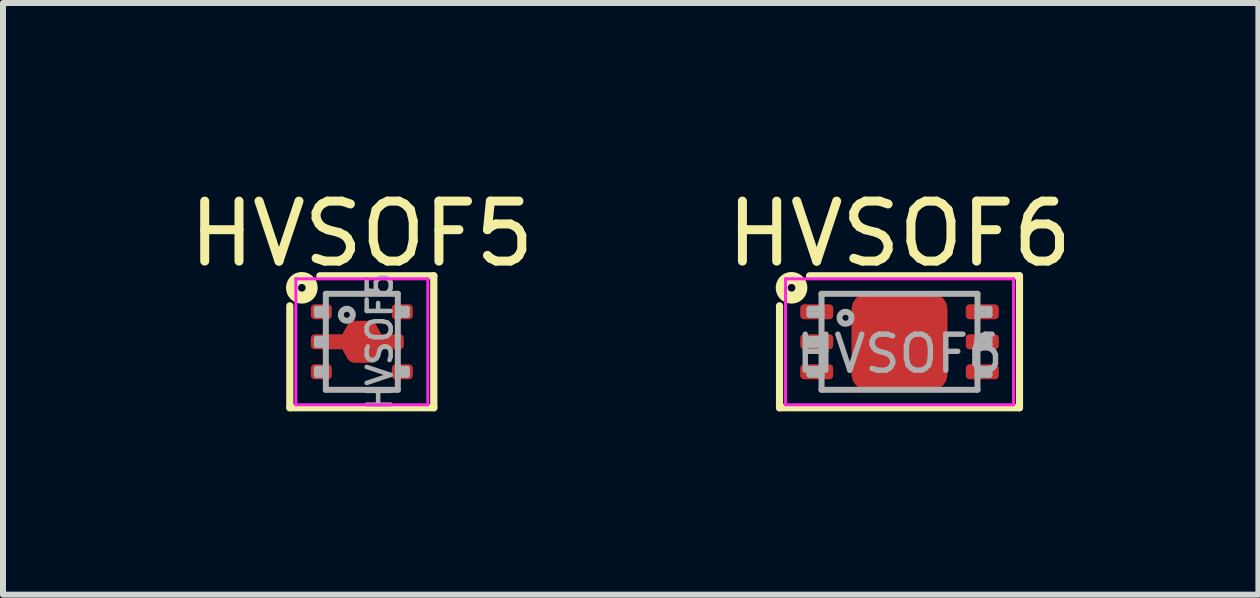
<source format=kicad_pcb>
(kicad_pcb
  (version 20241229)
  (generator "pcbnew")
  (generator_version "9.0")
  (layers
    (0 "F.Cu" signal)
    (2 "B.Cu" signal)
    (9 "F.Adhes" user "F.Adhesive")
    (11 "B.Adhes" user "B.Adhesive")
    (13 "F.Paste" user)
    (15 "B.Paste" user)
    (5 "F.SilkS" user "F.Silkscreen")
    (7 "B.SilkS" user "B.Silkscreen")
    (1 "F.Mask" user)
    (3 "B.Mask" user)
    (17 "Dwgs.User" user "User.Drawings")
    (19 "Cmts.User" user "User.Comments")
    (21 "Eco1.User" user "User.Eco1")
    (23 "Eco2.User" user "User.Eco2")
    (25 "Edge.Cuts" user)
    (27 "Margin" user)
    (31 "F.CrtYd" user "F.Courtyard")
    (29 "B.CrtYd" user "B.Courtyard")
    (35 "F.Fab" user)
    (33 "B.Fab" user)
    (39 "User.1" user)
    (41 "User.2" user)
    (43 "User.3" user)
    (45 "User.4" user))
  (footprint "HVSOF6"
    (layer "F.Cu")
    (at 11.946 2.648)
    (property "Reference" "HVSOF6" (at 0 -1.8 0) (layer "F.SilkS") (effects (font (size 1 1) (thickness 0.15))))
    (attr smd)
    (fp_line (start -2 -0.6) (end -2 1.1) (stroke (width 0.12) (type solid)) (layer "F.SilkS"))
    (fp_line (start -2 1.1) (end 2 1.1) (stroke (width 0.12) (type solid)) (layer "F.SilkS"))
    (fp_line (start 2 -1.1) (end -1.5 -1.1) (stroke (width 0.12) (type solid)) (layer "F.SilkS"))
    (fp_line (start 2 1.1) (end 2 -1.1) (stroke (width 0.12) (type solid)) (layer "F.SilkS"))
    (fp_circle (center -1.8 -0.9) (end -1.736 -0.9) (stroke (width 0.2) (type solid)) (fill no) (layer "F.SilkS"))
    (fp_line (start -1.9 -1.05) (end -1.9 1.05) (stroke (width 0.05) (type solid)) (layer "F.CrtYd"))
    (fp_line (start -1.9 -1.05) (end 1.9 -1.05) (stroke (width 0.05) (type solid)) (layer "F.CrtYd"))
    (fp_line (start 1.9 1.05) (end -1.9 1.05) (stroke (width 0.05) (type solid)) (layer "F.CrtYd"))
    (fp_line (start 1.9 1.05) (end 1.9 -1.05) (stroke (width 0.05) (type solid)) (layer "F.CrtYd"))
    (fp_line (start -1.5 -0.55) (end -1.5 -0.45) (stroke (width 0.1) (type solid)) (layer "F.Fab"))
    (fp_line (start -1.5 -0.55) (end -1.3 -0.55) (stroke (width 0.1) (type solid)) (layer "F.Fab"))
    (fp_line (start -1.5 -0.45) (end -1.3 -0.45) (stroke (width 0.1) (type solid)) (layer "F.Fab"))
    (fp_line (start -1.5 -0.05) (end -1.5 0.05) (stroke (width 0.1) (type solid)) (layer "F.Fab"))
    (fp_line (start -1.5 -0.05) (end -1.3 -0.05) (stroke (width 0.1) (type solid)) (layer "F.Fab"))
    (fp_line (start -1.5 0.05) (end -1.3 0.05) (stroke (width 0.1) (type solid)) (layer "F.Fab"))
    (fp_line (start -1.5 0.45) (end -1.5 0.55) (stroke (width 0.1) (type solid)) (layer "F.Fab"))
    (fp_line (start -1.5 0.45) (end -1.3 0.45) (stroke (width 0.1) (type solid)) (layer "F.Fab"))
    (fp_line (start -1.5 0.55) (end -1.3 0.55) (stroke (width 0.1) (type solid)) (layer "F.Fab"))
    (fp_line (start -1.3 -0.8) (end -1.3 0.8) (stroke (width 0.1) (type solid)) (layer "F.Fab"))
    (fp_line (start -1.3 -0.8) (end 1.3 -0.8) (stroke (width 0.1) (type solid)) (layer "F.Fab"))
    (fp_line (start 1.3 -0.8) (end 1.3 0.8) (stroke (width 0.1) (type solid)) (layer "F.Fab"))
    (fp_line (start 1.3 0.8) (end -1.3 0.8) (stroke (width 0.1) (type solid)) (layer "F.Fab"))
    (fp_line (start 1.5 -0.55) (end 1.3 -0.55) (stroke (width 0.1) (type solid)) (layer "F.Fab"))
    (fp_line (start 1.5 -0.45) (end 1.3 -0.45) (stroke (width 0.1) (type solid)) (layer "F.Fab"))
    (fp_line (start 1.5 -0.45) (end 1.5 -0.55) (stroke (width 0.1) (type solid)) (layer "F.Fab"))
    (fp_line (start 1.5 -0.05) (end 1.3 -0.05) (stroke (width 0.1) (type solid)) (layer "F.Fab"))
    (fp_line (start 1.5 0.05) (end 1.3 0.05) (stroke (width 0.1) (type solid)) (layer "F.Fab"))
    (fp_line (start 1.5 0.05) (end 1.5 -0.05) (stroke (width 0.1) (type solid)) (layer "F.Fab"))
    (fp_line (start 1.5 0.45) (end 1.3 0.45) (stroke (width 0.1) (type solid)) (layer "F.Fab"))
    (fp_line (start 1.5 0.55) (end 1.3 0.55) (stroke (width 0.1) (type solid)) (layer "F.Fab"))
    (fp_line (start 1.5 0.55) (end 1.5 0.45) (stroke (width 0.1) (type solid)) (layer "F.Fab"))
    (fp_circle (center -0.9 -0.4) (end -0.8 -0.4) (stroke (width 0.1) (type solid)) (fill no) (layer "F.Fab"))
    (fp_text user "${REFERENCE}" (at 0 0.2 0) (layer "F.Fab") (effects (font (size 0.6 0.6) (thickness 0.09))))
    (pad "" smd roundrect (at -0.4 -0.4) (size 0.6 0.6) (layers "F.Paste") (roundrect_rratio 0.156))
    (pad "" smd roundrect (at -0.4 0.4) (size 0.6 0.6) (layers "F.Paste") (roundrect_rratio 0.156))
    (pad "" smd roundrect (at 0.4 -0.4) (size 0.6 0.6) (layers "F.Paste") (roundrect_rratio 0.156))
    (pad "" smd roundrect (at 0.4 0.4) (size 0.6 0.6) (layers "F.Paste") (roundrect_rratio 0.156))
    (pad "1" smd roundrect (at -1.38 -0.5 270) (size 0.25 0.55) (layers "F.Cu" "F.Mask" "F.Paste") (roundrect_rratio 0.25))
    (pad "2" smd roundrect (at -1.38 0 270) (size 0.25 0.55) (layers "F.Cu" "F.Mask" "F.Paste") (roundrect_rratio 0.25))
    (pad "3" smd roundrect (at -1.38 0.5 270) (size 0.25 0.55) (layers "F.Cu" "F.Mask" "F.Paste") (roundrect_rratio 0.25))
    (pad "4" smd roundrect (at 1.38 0.5 270) (size 0.25 0.55) (layers "F.Cu" "F.Mask" "F.Paste") (roundrect_rratio 0.25))
    (pad "5" smd roundrect (at 1.38 0 270) (size 0.25 0.55) (layers "F.Cu" "F.Mask" "F.Paste") (roundrect_rratio 0.25))
    (pad "6" smd roundrect (at 1.38 -0.5 270) (size 0.25 0.55) (layers "F.Cu" "F.Mask" "F.Paste") (roundrect_rratio 0.25))
    (pad "7" smd roundrect (at 0 0) (size 1.6 1.6) (layers "F.Cu" "F.Mask") (roundrect_rratio 0.156)))
  (footprint "HVSOF5"
    (layer "F.Cu")
    (at 2.982 2.648)
    (property "Reference" "HVSOF5" (at 0 -1.8 0) (layer "F.SilkS") (effects (font (size 1 1) (thickness 0.15))))
    (attr smd)
    (fp_line (start -1.2 -0.6) (end -1.2 1.1) (stroke (width 0.12) (type solid)) (layer "F.SilkS"))
    (fp_line (start -1.2 1.1) (end 1.2 1.1) (stroke (width 0.12) (type solid)) (layer "F.SilkS"))
    (fp_line (start 1.2 -1.1) (end -0.7 -1.1) (stroke (width 0.12) (type solid)) (layer "F.SilkS"))
    (fp_line (start 1.2 1.1) (end 1.2 -1.1) (stroke (width 0.12) (type solid)) (layer "F.SilkS"))
    (fp_circle (center -1 -0.9) (end -0.936 -0.9) (stroke (width 0.2) (type solid)) (fill no) (layer "F.SilkS"))
    (fp_line (start -1.1 -1.05) (end -1.1 1.05) (stroke (width 0.05) (type solid)) (layer "F.CrtYd"))
    (fp_line (start -1.1 -1.05) (end 1.1 -1.05) (stroke (width 0.05) (type solid)) (layer "F.CrtYd"))
    (fp_line (start 1.1 1.05) (end -1.1 1.05) (stroke (width 0.05) (type solid)) (layer "F.CrtYd"))
    (fp_line (start 1.1 1.05) (end 1.1 -1.05) (stroke (width 0.05) (type solid)) (layer "F.CrtYd"))
    (fp_line (start -0.75 -0.55) (end -0.75 -0.45) (stroke (width 0.1) (type solid)) (layer "F.Fab"))
    (fp_line (start -0.75 -0.55) (end -0.6 -0.55) (stroke (width 0.1) (type solid)) (layer "F.Fab"))
    (fp_line (start -0.75 -0.45) (end -0.6 -0.45) (stroke (width 0.1) (type solid)) (layer "F.Fab"))
    (fp_line (start -0.75 -0.05) (end -0.75 0.05) (stroke (width 0.1) (type solid)) (layer "F.Fab"))
    (fp_line (start -0.75 -0.05) (end -0.6 -0.05) (stroke (width 0.1) (type solid)) (layer "F.Fab"))
    (fp_line (start -0.75 0.05) (end -0.6 0.05) (stroke (width 0.1) (type solid)) (layer "F.Fab"))
    (fp_line (start -0.75 0.45) (end -0.75 0.55) (stroke (width 0.1) (type solid)) (layer "F.Fab"))
    (fp_line (start -0.75 0.45) (end -0.6 0.45) (stroke (width 0.1) (type solid)) (layer "F.Fab"))
    (fp_line (start -0.75 0.55) (end -0.6 0.55) (stroke (width 0.1) (type solid)) (layer "F.Fab"))
    (fp_line (start -0.6 -0.8) (end -0.6 0.8) (stroke (width 0.1) (type solid)) (layer "F.Fab"))
    (fp_line (start 0.6 -0.8) (end -0.6 -0.8) (stroke (width 0.1) (type solid)) (layer "F.Fab"))
    (fp_line (start 0.6 -0.8) (end 0.6 0.8) (stroke (width 0.1) (type solid)) (layer "F.Fab"))
    (fp_line (start 0.6 0.8) (end -0.6 0.8) (stroke (width 0.1) (type solid)) (layer "F.Fab"))
    (fp_line (start 0.75 -0.55) (end 0.6 -0.55) (stroke (width 0.1) (type solid)) (layer "F.Fab"))
    (fp_line (start 0.75 -0.45) (end 0.6 -0.45) (stroke (width 0.1) (type solid)) (layer "F.Fab"))
    (fp_line (start 0.75 -0.45) (end 0.75 -0.55) (stroke (width 0.1) (type solid)) (layer "F.Fab"))
    (fp_line (start 0.75 0.45) (end 0.6 0.45) (stroke (width 0.1) (type solid)) (layer "F.Fab"))
    (fp_line (start 0.75 0.55) (end 0.6 0.55) (stroke (width 0.1) (type solid)) (layer "F.Fab"))
    (fp_line (start 0.75 0.55) (end 0.75 0.45) (stroke (width 0.1) (type solid)) (layer "F.Fab"))
    (fp_circle (center -0.25 -0.45) (end -0.15 -0.45) (stroke (width 0.1) (type solid)) (fill no) (layer "F.Fab"))
    (fp_text user "${REFERENCE}" (at 0.3 0 90) (layer "F.Fab") (effects (font (size 0.4 0.4) (thickness 0.075))))
    (pad "1" smd roundrect (at -0.675 -0.5) (size 0.35 0.25) (layers "F.Cu" "F.Mask" "F.Paste") (roundrect_rratio 0.25))
    (pad "2" smd rect (at -0.18 -0.08 60) (size 0.3 0.3) (layers "F.Cu" "F.Mask" "F.Paste"))
    (pad "2" smd rect (at -0.18 0.08 120) (size 0.3 0.3) (layers "F.Cu" "F.Mask" "F.Paste"))
    (pad "2" smd roundrect (at -0.075 0) (size 1.55 0.25) (layers "F.Cu" "F.Mask" "F.Paste") (roundrect_rratio 0.25))
    (pad "2" smd roundrect (at 0 0) (size 0.5 0.7) (layers "F.Cu" "F.Mask" "F.Paste") (roundrect_rratio 0.25))
    (pad "2" smd rect (at 0.18 -0.08 120) (size 0.3 0.3) (layers "F.Cu" "F.Mask" "F.Paste"))
    (pad "2" smd rect (at 0.18 0.08 60) (size 0.3 0.3) (layers "F.Cu" "F.Mask" "F.Paste"))
    (pad "3" smd roundrect (at -0.675 0.5) (size 0.35 0.25) (layers "F.Cu" "F.Mask" "F.Paste") (roundrect_rratio 0.25))
    (pad "4" smd roundrect (at 0.675 0.5) (size 0.35 0.25) (layers "F.Cu" "F.Mask" "F.Paste") (roundrect_rratio 0.25))
    (pad "5" smd roundrect (at 0.675 -0.5) (size 0.35 0.25) (layers "F.Cu" "F.Mask" "F.Paste") (roundrect_rratio 0.25)))
  (gr_rect
    (start -3 -3)
    (end 17.929 6.864)
    (stroke (width 0.1) (type default))
    (fill no)
    (layer "Edge.Cuts")))
</source>
